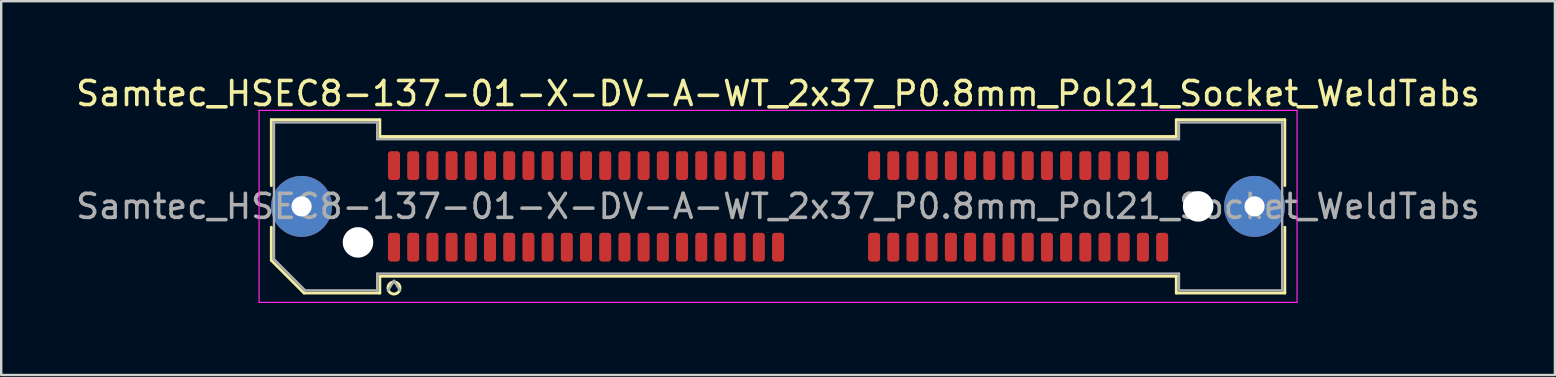
<source format=kicad_pcb>
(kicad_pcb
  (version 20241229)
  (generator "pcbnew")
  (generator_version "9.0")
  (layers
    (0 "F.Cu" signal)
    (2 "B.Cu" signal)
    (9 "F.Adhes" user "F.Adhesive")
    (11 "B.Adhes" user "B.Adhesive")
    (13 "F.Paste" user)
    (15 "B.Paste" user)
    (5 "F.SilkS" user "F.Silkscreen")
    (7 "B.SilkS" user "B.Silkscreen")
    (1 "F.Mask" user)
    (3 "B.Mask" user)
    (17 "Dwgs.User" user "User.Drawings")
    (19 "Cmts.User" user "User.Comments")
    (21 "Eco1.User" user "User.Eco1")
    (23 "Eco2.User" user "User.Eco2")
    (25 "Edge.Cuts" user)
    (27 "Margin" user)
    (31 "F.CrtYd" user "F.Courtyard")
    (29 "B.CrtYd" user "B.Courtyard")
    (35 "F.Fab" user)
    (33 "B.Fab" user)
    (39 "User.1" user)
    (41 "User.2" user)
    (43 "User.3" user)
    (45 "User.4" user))
  (footprint "Samtec_HSEC8-137-01-X-DV-A-WT_2x37_P0.8mm_Pol21_Socket_WeldTabs"
    (layer "F.Cu")
    (at 29.363 5.548)
    (property "Reference" "Samtec_HSEC8-137-01-X-DV-A-WT_2x37_P0.8mm_Pol21_Socket_WeldTabs" (at 0 -4.7 0) (layer "F.SilkS") (effects (font (size 1 1) (thickness 0.15))))
    (attr smd)
    (fp_line (start -21.11 -3.61) (end -16.59 -3.61) (stroke (width 0.12) (type solid)) (layer "F.SilkS"))
    (fp_line (start -21.11 -0.868) (end -21.11 -3.61) (stroke (width 0.12) (type solid)) (layer "F.SilkS"))
    (fp_line (start -21.11 2.246) (end -21.11 0.868) (stroke (width 0.12) (type solid)) (layer "F.SilkS"))
    (fp_line (start -19.746 3.61) (end -21.11 2.246) (stroke (width 0.12) (type solid)) (layer "F.SilkS"))
    (fp_line (start -16.59 -3.61) (end -16.59 -2.91) (stroke (width 0.12) (type solid)) (layer "F.SilkS"))
    (fp_line (start -16.59 -2.91) (end 16.59 -2.91) (stroke (width 0.12) (type solid)) (layer "F.SilkS"))
    (fp_line (start -16.59 2.91) (end -16.59 3.61) (stroke (width 0.12) (type solid)) (layer "F.SilkS"))
    (fp_line (start -16.59 3.61) (end -19.746 3.61) (stroke (width 0.12) (type solid)) (layer "F.SilkS"))
    (fp_line (start 16.59 -3.61) (end 21.11 -3.61) (stroke (width 0.12) (type solid)) (layer "F.SilkS"))
    (fp_line (start 16.59 -2.91) (end 16.59 -3.61) (stroke (width 0.12) (type solid)) (layer "F.SilkS"))
    (fp_line (start 16.59 2.91) (end -16.59 2.91) (stroke (width 0.12) (type solid)) (layer "F.SilkS"))
    (fp_line (start 16.59 3.61) (end 16.59 2.91) (stroke (width 0.12) (type solid)) (layer "F.SilkS"))
    (fp_line (start 21.11 -3.61) (end 21.11 -0.868) (stroke (width 0.12) (type solid)) (layer "F.SilkS"))
    (fp_line (start 21.11 0.868) (end 21.11 3.61) (stroke (width 0.12) (type solid)) (layer "F.SilkS"))
    (fp_line (start 21.11 3.61) (end 16.59 3.61) (stroke (width 0.12) (type solid)) (layer "F.SilkS"))
    (fp_arc (start -15.75 3.4) (mid -16.25 3.4) (end -15.75 3.4) (stroke (width 0.12) (type solid)) (layer "F.SilkS"))
    (fp_line (start -21.62 -4) (end -21.62 4) (stroke (width 0.05) (type solid)) (layer "F.CrtYd"))
    (fp_line (start -21.62 4) (end 21.62 4) (stroke (width 0.05) (type solid)) (layer "F.CrtYd"))
    (fp_line (start 21.62 -4) (end -21.62 -4) (stroke (width 0.05) (type solid)) (layer "F.CrtYd"))
    (fp_line (start 21.62 4) (end 21.62 -4) (stroke (width 0.05) (type solid)) (layer "F.CrtYd"))
    (fp_line (start -21 -3.5) (end -16.7 -3.5) (stroke (width 0.1) (type solid)) (layer "F.Fab"))
    (fp_line (start -21 2.2) (end -21 -3.5) (stroke (width 0.1) (type solid)) (layer "F.Fab"))
    (fp_line (start -19.7 3.5) (end -21 2.2) (stroke (width 0.1) (type solid)) (layer "F.Fab"))
    (fp_line (start -16.7 -3.5) (end -16.7 -2.8) (stroke (width 0.1) (type solid)) (layer "F.Fab"))
    (fp_line (start -16.7 -2.8) (end 16.7 -2.8) (stroke (width 0.1) (type solid)) (layer "F.Fab"))
    (fp_line (start -16.7 2.8) (end -16.7 3.5) (stroke (width 0.1) (type solid)) (layer "F.Fab"))
    (fp_line (start -16.7 3.5) (end -19.7 3.5) (stroke (width 0.1) (type solid)) (layer "F.Fab"))
    (fp_line (start -16 3.1) (end -16.25 3.5) (stroke (width 0.1) (type solid)) (layer "F.Fab"))
    (fp_line (start -16 3.1) (end -15.75 3.5) (stroke (width 0.1) (type solid)) (layer "F.Fab"))
    (fp_line (start 16.7 -3.5) (end 21 -3.5) (stroke (width 0.1) (type solid)) (layer "F.Fab"))
    (fp_line (start 16.7 -2.8) (end 16.7 -3.5) (stroke (width 0.1) (type solid)) (layer "F.Fab"))
    (fp_line (start 16.7 2.8) (end -16.7 2.8) (stroke (width 0.1) (type solid)) (layer "F.Fab"))
    (fp_line (start 16.7 3.5) (end 16.7 2.8) (stroke (width 0.1) (type solid)) (layer "F.Fab"))
    (fp_line (start 21 -3.5) (end 21 3.5) (stroke (width 0.1) (type solid)) (layer "F.Fab"))
    (fp_line (start 21 3.5) (end 16.7 3.5) (stroke (width 0.1) (type solid)) (layer "F.Fab"))
    (fp_text user "${REFERENCE}" (at 0 0 0) (layer "F.Fab") (effects (font (size 1 1) (thickness 0.15))))
    (pad "" thru_hole circle (at -19.85 0) (size 2.54 2.54) (drill 0.84) (layers "*.Cu" "*.Mask" "F.Paste"))
    (pad "" np_thru_hole circle (at -17.5 1.5) (size 1.27 1.27) (drill 1.27) (layers "*.Cu" "*.Mask"))
    (pad "" np_thru_hole circle (at 17.5 0) (size 1.27 1.27) (drill 1.27) (layers "*.Cu" "*.Mask"))
    (pad "" thru_hole circle (at 19.85 0) (size 2.54 2.54) (drill 0.84) (layers "*.Cu" "*.Mask" "F.Paste"))
    (pad "1" smd roundrect (at -16 1.7) (size 0.5 1.2) (layers "F.Cu" "F.Mask" "F.Paste") (roundrect_rratio 0.25))
    (pad "2" smd roundrect (at -16 -1.7) (size 0.5 1.2) (layers "F.Cu" "F.Mask" "F.Paste") (roundrect_rratio 0.25))
    (pad "3" smd roundrect (at -15.2 1.7) (size 0.5 1.2) (layers "F.Cu" "F.Mask" "F.Paste") (roundrect_rratio 0.25))
    (pad "4" smd roundrect (at -15.2 -1.7) (size 0.5 1.2) (layers "F.Cu" "F.Mask" "F.Paste") (roundrect_rratio 0.25))
    (pad "5" smd roundrect (at -14.4 1.7) (size 0.5 1.2) (layers "F.Cu" "F.Mask" "F.Paste") (roundrect_rratio 0.25))
    (pad "6" smd roundrect (at -14.4 -1.7) (size 0.5 1.2) (layers "F.Cu" "F.Mask" "F.Paste") (roundrect_rratio 0.25))
    (pad "7" smd roundrect (at -13.6 1.7) (size 0.5 1.2) (layers "F.Cu" "F.Mask" "F.Paste") (roundrect_rratio 0.25))
    (pad "8" smd roundrect (at -13.6 -1.7) (size 0.5 1.2) (layers "F.Cu" "F.Mask" "F.Paste") (roundrect_rratio 0.25))
    (pad "9" smd roundrect (at -12.8 1.7) (size 0.5 1.2) (layers "F.Cu" "F.Mask" "F.Paste") (roundrect_rratio 0.25))
    (pad "10" smd roundrect (at -12.8 -1.7) (size 0.5 1.2) (layers "F.Cu" "F.Mask" "F.Paste") (roundrect_rratio 0.25))
    (pad "11" smd roundrect (at -12 1.7) (size 0.5 1.2) (layers "F.Cu" "F.Mask" "F.Paste") (roundrect_rratio 0.25))
    (pad "12" smd roundrect (at -12 -1.7) (size 0.5 1.2) (layers "F.Cu" "F.Mask" "F.Paste") (roundrect_rratio 0.25))
    (pad "13" smd roundrect (at -11.2 1.7) (size 0.5 1.2) (layers "F.Cu" "F.Mask" "F.Paste") (roundrect_rratio 0.25))
    (pad "14" smd roundrect (at -11.2 -1.7) (size 0.5 1.2) (layers "F.Cu" "F.Mask" "F.Paste") (roundrect_rratio 0.25))
    (pad "15" smd roundrect (at -10.4 1.7) (size 0.5 1.2) (layers "F.Cu" "F.Mask" "F.Paste") (roundrect_rratio 0.25))
    (pad "16" smd roundrect (at -10.4 -1.7) (size 0.5 1.2) (layers "F.Cu" "F.Mask" "F.Paste") (roundrect_rratio 0.25))
    (pad "17" smd roundrect (at -9.6 1.7) (size 0.5 1.2) (layers "F.Cu" "F.Mask" "F.Paste") (roundrect_rratio 0.25))
    (pad "18" smd roundrect (at -9.6 -1.7) (size 0.5 1.2) (layers "F.Cu" "F.Mask" "F.Paste") (roundrect_rratio 0.25))
    (pad "19" smd roundrect (at -8.8 1.7) (size 0.5 1.2) (layers "F.Cu" "F.Mask" "F.Paste") (roundrect_rratio 0.25))
    (pad "20" smd roundrect (at -8.8 -1.7) (size 0.5 1.2) (layers "F.Cu" "F.Mask" "F.Paste") (roundrect_rratio 0.25))
    (pad "21" smd roundrect (at -8 1.7) (size 0.5 1.2) (layers "F.Cu" "F.Mask" "F.Paste") (roundrect_rratio 0.25))
    (pad "22" smd roundrect (at -8 -1.7) (size 0.5 1.2) (layers "F.Cu" "F.Mask" "F.Paste") (roundrect_rratio 0.25))
    (pad "23" smd roundrect (at -7.2 1.7) (size 0.5 1.2) (layers "F.Cu" "F.Mask" "F.Paste") (roundrect_rratio 0.25))
    (pad "24" smd roundrect (at -7.2 -1.7) (size 0.5 1.2) (layers "F.Cu" "F.Mask" "F.Paste") (roundrect_rratio 0.25))
    (pad "25" smd roundrect (at -6.4 1.7) (size 0.5 1.2) (layers "F.Cu" "F.Mask" "F.Paste") (roundrect_rratio 0.25))
    (pad "26" smd roundrect (at -6.4 -1.7) (size 0.5 1.2) (layers "F.Cu" "F.Mask" "F.Paste") (roundrect_rratio 0.25))
    (pad "27" smd roundrect (at -5.6 1.7) (size 0.5 1.2) (layers "F.Cu" "F.Mask" "F.Paste") (roundrect_rratio 0.25))
    (pad "28" smd roundrect (at -5.6 -1.7) (size 0.5 1.2) (layers "F.Cu" "F.Mask" "F.Paste") (roundrect_rratio 0.25))
    (pad "29" smd roundrect (at -4.8 1.7) (size 0.5 1.2) (layers "F.Cu" "F.Mask" "F.Paste") (roundrect_rratio 0.25))
    (pad "30" smd roundrect (at -4.8 -1.7) (size 0.5 1.2) (layers "F.Cu" "F.Mask" "F.Paste") (roundrect_rratio 0.25))
    (pad "31" smd roundrect (at -4 1.7) (size 0.5 1.2) (layers "F.Cu" "F.Mask" "F.Paste") (roundrect_rratio 0.25))
    (pad "32" smd roundrect (at -4 -1.7) (size 0.5 1.2) (layers "F.Cu" "F.Mask" "F.Paste") (roundrect_rratio 0.25))
    (pad "33" smd roundrect (at -3.2 1.7) (size 0.5 1.2) (layers "F.Cu" "F.Mask" "F.Paste") (roundrect_rratio 0.25))
    (pad "34" smd roundrect (at -3.2 -1.7) (size 0.5 1.2) (layers "F.Cu" "F.Mask" "F.Paste") (roundrect_rratio 0.25))
    (pad "35" smd roundrect (at -2.4 1.7) (size 0.5 1.2) (layers "F.Cu" "F.Mask" "F.Paste") (roundrect_rratio 0.25))
    (pad "36" smd roundrect (at -2.4 -1.7) (size 0.5 1.2) (layers "F.Cu" "F.Mask" "F.Paste") (roundrect_rratio 0.25))
    (pad "37" smd roundrect (at -1.6 1.7) (size 0.5 1.2) (layers "F.Cu" "F.Mask" "F.Paste") (roundrect_rratio 0.25))
    (pad "38" smd roundrect (at -1.6 -1.7) (size 0.5 1.2) (layers "F.Cu" "F.Mask" "F.Paste") (roundrect_rratio 0.25))
    (pad "39" smd roundrect (at -0.8 1.7) (size 0.5 1.2) (layers "F.Cu" "F.Mask" "F.Paste") (roundrect_rratio 0.25))
    (pad "40" smd roundrect (at -0.8 -1.7) (size 0.5 1.2) (layers "F.Cu" "F.Mask" "F.Paste") (roundrect_rratio 0.25))
    (pad "41" smd roundrect (at 0 1.7) (size 0.5 1.2) (layers "F.Cu" "F.Mask" "F.Paste") (roundrect_rratio 0.25))
    (pad "42" smd roundrect (at 0 -1.7) (size 0.5 1.2) (layers "F.Cu" "F.Mask" "F.Paste") (roundrect_rratio 0.25))
    (pad "43" smd roundrect (at 4 1.7) (size 0.5 1.2) (layers "F.Cu" "F.Mask" "F.Paste") (roundrect_rratio 0.25))
    (pad "44" smd roundrect (at 4 -1.7) (size 0.5 1.2) (layers "F.Cu" "F.Mask" "F.Paste") (roundrect_rratio 0.25))
    (pad "45" smd roundrect (at 4.8 1.7) (size 0.5 1.2) (layers "F.Cu" "F.Mask" "F.Paste") (roundrect_rratio 0.25))
    (pad "46" smd roundrect (at 4.8 -1.7) (size 0.5 1.2) (layers "F.Cu" "F.Mask" "F.Paste") (roundrect_rratio 0.25))
    (pad "47" smd roundrect (at 5.6 1.7) (size 0.5 1.2) (layers "F.Cu" "F.Mask" "F.Paste") (roundrect_rratio 0.25))
    (pad "48" smd roundrect (at 5.6 -1.7) (size 0.5 1.2) (layers "F.Cu" "F.Mask" "F.Paste") (roundrect_rratio 0.25))
    (pad "49" smd roundrect (at 6.4 1.7) (size 0.5 1.2) (layers "F.Cu" "F.Mask" "F.Paste") (roundrect_rratio 0.25))
    (pad "50" smd roundrect (at 6.4 -1.7) (size 0.5 1.2) (layers "F.Cu" "F.Mask" "F.Paste") (roundrect_rratio 0.25))
    (pad "51" smd roundrect (at 7.2 1.7) (size 0.5 1.2) (layers "F.Cu" "F.Mask" "F.Paste") (roundrect_rratio 0.25))
    (pad "52" smd roundrect (at 7.2 -1.7) (size 0.5 1.2) (layers "F.Cu" "F.Mask" "F.Paste") (roundrect_rratio 0.25))
    (pad "53" smd roundrect (at 8 1.7) (size 0.5 1.2) (layers "F.Cu" "F.Mask" "F.Paste") (roundrect_rratio 0.25))
    (pad "54" smd roundrect (at 8 -1.7) (size 0.5 1.2) (layers "F.Cu" "F.Mask" "F.Paste") (roundrect_rratio 0.25))
    (pad "55" smd roundrect (at 8.8 1.7) (size 0.5 1.2) (layers "F.Cu" "F.Mask" "F.Paste") (roundrect_rratio 0.25))
    (pad "56" smd roundrect (at 8.8 -1.7) (size 0.5 1.2) (layers "F.Cu" "F.Mask" "F.Paste") (roundrect_rratio 0.25))
    (pad "57" smd roundrect (at 9.6 1.7) (size 0.5 1.2) (layers "F.Cu" "F.Mask" "F.Paste") (roundrect_rratio 0.25))
    (pad "58" smd roundrect (at 9.6 -1.7) (size 0.5 1.2) (layers "F.Cu" "F.Mask" "F.Paste") (roundrect_rratio 0.25))
    (pad "59" smd roundrect (at 10.4 1.7) (size 0.5 1.2) (layers "F.Cu" "F.Mask" "F.Paste") (roundrect_rratio 0.25))
    (pad "60" smd roundrect (at 10.4 -1.7) (size 0.5 1.2) (layers "F.Cu" "F.Mask" "F.Paste") (roundrect_rratio 0.25))
    (pad "61" smd roundrect (at 11.2 1.7) (size 0.5 1.2) (layers "F.Cu" "F.Mask" "F.Paste") (roundrect_rratio 0.25))
    (pad "62" smd roundrect (at 11.2 -1.7) (size 0.5 1.2) (layers "F.Cu" "F.Mask" "F.Paste") (roundrect_rratio 0.25))
    (pad "63" smd roundrect (at 12 1.7) (size 0.5 1.2) (layers "F.Cu" "F.Mask" "F.Paste") (roundrect_rratio 0.25))
    (pad "64" smd roundrect (at 12 -1.7) (size 0.5 1.2) (layers "F.Cu" "F.Mask" "F.Paste") (roundrect_rratio 0.25))
    (pad "65" smd roundrect (at 12.8 1.7) (size 0.5 1.2) (layers "F.Cu" "F.Mask" "F.Paste") (roundrect_rratio 0.25))
    (pad "66" smd roundrect (at 12.8 -1.7) (size 0.5 1.2) (layers "F.Cu" "F.Mask" "F.Paste") (roundrect_rratio 0.25))
    (pad "67" smd roundrect (at 13.6 1.7) (size 0.5 1.2) (layers "F.Cu" "F.Mask" "F.Paste") (roundrect_rratio 0.25))
    (pad "68" smd roundrect (at 13.6 -1.7) (size 0.5 1.2) (layers "F.Cu" "F.Mask" "F.Paste") (roundrect_rratio 0.25))
    (pad "69" smd roundrect (at 14.4 1.7) (size 0.5 1.2) (layers "F.Cu" "F.Mask" "F.Paste") (roundrect_rratio 0.25))
    (pad "70" smd roundrect (at 14.4 -1.7) (size 0.5 1.2) (layers "F.Cu" "F.Mask" "F.Paste") (roundrect_rratio 0.25))
    (pad "71" smd roundrect (at 15.2 1.7) (size 0.5 1.2) (layers "F.Cu" "F.Mask" "F.Paste") (roundrect_rratio 0.25))
    (pad "72" smd roundrect (at 15.2 -1.7) (size 0.5 1.2) (layers "F.Cu" "F.Mask" "F.Paste") (roundrect_rratio 0.25))
    (pad "73" smd roundrect (at 16 1.7) (size 0.5 1.2) (layers "F.Cu" "F.Mask" "F.Paste") (roundrect_rratio 0.25))
    (pad "74" smd roundrect (at 16 -1.7) (size 0.5 1.2) (layers "F.Cu" "F.Mask" "F.Paste") (roundrect_rratio 0.25)))
  (gr_rect
    (start -3 -3)
    (end 61.726 12.573)
    (stroke (width 0.1) (type default))
    (fill no)
    (layer "Edge.Cuts")))
</source>
